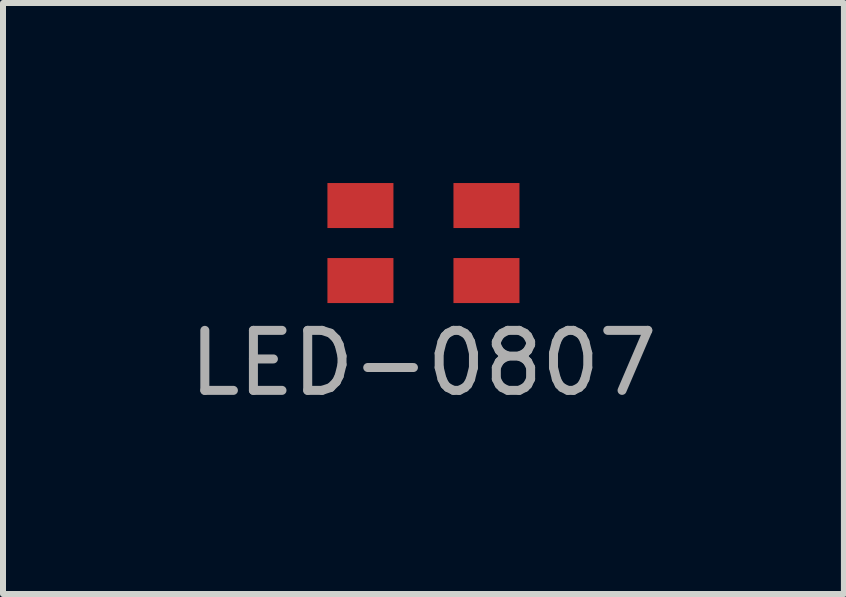
<source format=kicad_pcb>
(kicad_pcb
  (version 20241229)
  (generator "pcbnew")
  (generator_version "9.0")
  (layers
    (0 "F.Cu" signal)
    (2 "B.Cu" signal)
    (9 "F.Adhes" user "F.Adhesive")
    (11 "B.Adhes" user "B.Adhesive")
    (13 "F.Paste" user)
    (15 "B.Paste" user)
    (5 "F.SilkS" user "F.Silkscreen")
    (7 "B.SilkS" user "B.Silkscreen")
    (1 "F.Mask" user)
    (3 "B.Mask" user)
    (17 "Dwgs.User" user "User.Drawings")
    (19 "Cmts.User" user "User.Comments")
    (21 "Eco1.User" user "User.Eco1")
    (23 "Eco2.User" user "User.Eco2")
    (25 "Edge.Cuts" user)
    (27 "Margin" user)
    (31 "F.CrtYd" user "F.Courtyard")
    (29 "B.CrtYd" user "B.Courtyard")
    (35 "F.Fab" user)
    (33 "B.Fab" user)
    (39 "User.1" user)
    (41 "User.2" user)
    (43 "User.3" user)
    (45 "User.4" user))
  (footprint "LED-0807"
    (layer "F.Cu")
    (at 4.006 1)
    (property "Reference" "LED-0807" (at 0 2 0) (layer "F.Fab") (effects (font (size 1 1) (thickness 0.15))))
    (attr through_hole)
    (pad "1" smd rect (at -1.05 -0.625) (size 1.1 0.75) (layers "F.Cu" "F.Mask" "F.Paste"))
    (pad "1" smd rect (at -1.05 0.625) (size 1.1 0.75) (layers "F.Cu" "F.Mask" "F.Paste"))
    (pad "2" smd rect (at 1.05 -0.625) (size 1.1 0.75) (layers "F.Cu" "F.Mask" "F.Paste"))
    (pad "2" smd rect (at 1.05 0.625) (size 1.1 0.75) (layers "F.Cu" "F.Mask" "F.Paste")))
  (gr_rect
    (start -3 -3)
    (end 11.012 6.848)
    (stroke (width 0.1) (type default))
    (fill no)
    (layer "Edge.Cuts")))
</source>
